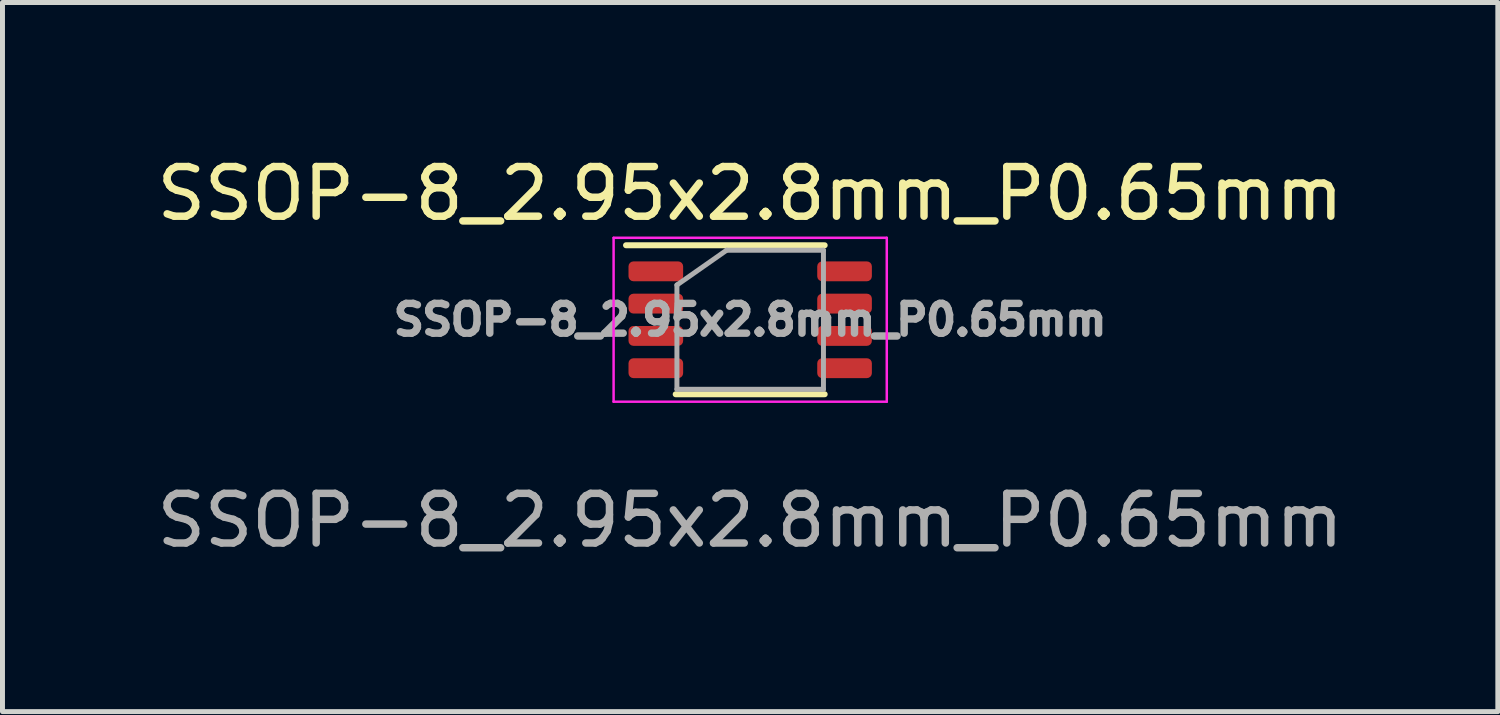
<source format=kicad_pcb>
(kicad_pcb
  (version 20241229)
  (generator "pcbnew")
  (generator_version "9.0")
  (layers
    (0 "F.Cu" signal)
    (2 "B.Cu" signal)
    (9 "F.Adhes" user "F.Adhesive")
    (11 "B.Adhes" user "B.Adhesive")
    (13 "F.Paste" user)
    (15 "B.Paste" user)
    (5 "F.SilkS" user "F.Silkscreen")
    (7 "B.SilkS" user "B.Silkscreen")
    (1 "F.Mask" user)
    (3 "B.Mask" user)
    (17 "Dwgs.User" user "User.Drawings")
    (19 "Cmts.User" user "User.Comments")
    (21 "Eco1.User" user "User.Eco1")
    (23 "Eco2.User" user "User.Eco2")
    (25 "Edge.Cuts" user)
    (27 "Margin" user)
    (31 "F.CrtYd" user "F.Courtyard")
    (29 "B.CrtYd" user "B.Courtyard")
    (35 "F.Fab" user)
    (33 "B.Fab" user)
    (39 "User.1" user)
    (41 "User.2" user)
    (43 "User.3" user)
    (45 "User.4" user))
  (footprint "SSOP-8_2.95x2.8mm_P0.65mm"
    (layer "F.Cu")
    (at 12.054 3.388)
    (property "Reference" "SSOP-8_2.95x2.8mm_P0.65mm" (at 0 -2.54 0) (unlocked yes) (layer "F.SilkS") (effects (font (size 1 1) (thickness 0.15))))
    (attr smd)
    (fp_line (start 1.5 -1.5) (end -2.5 -1.5) (stroke (width 0.12) (type solid)) (layer "F.SilkS"))
    (fp_line (start 1.5 1.5) (end -1.5 1.5) (stroke (width 0.12) (type solid)) (layer "F.SilkS"))
    (fp_line (start -2.75 -1.65) (end 2.75 -1.65) (stroke (width 0.05) (type solid)) (layer "F.CrtYd"))
    (fp_line (start -2.75 1.65) (end -2.75 -1.65) (stroke (width 0.05) (type solid)) (layer "F.CrtYd"))
    (fp_line (start 2.75 -1.65) (end 2.75 1.65) (stroke (width 0.05) (type solid)) (layer "F.CrtYd"))
    (fp_line (start 2.75 1.65) (end -2.75 1.65) (stroke (width 0.05) (type solid)) (layer "F.CrtYd"))
    (fp_line (start -1.475 1.4) (end -1.475 -0.7) (stroke (width 0.1) (type solid)) (layer "F.Fab"))
    (fp_line (start -0.475 -1.4) (end -1.475 -0.7) (stroke (width 0.1) (type solid)) (layer "F.Fab"))
    (fp_line (start -0.475 -1.4) (end 1.475 -1.4) (stroke (width 0.1) (type solid)) (layer "F.Fab"))
    (fp_line (start 1.475 -1.4) (end 1.475 1.4) (stroke (width 0.1) (type solid)) (layer "F.Fab"))
    (fp_line (start 1.475 1.4) (end -1.475 1.4) (stroke (width 0.1) (type solid)) (layer "F.Fab"))
    (fp_text user "${REFERENCE}" (at 0 0 0) (layer "F.Fab") (effects (font (size 0.6 0.6) (thickness 0.15))))
    (fp_text user "${REFERENCE}" (at 0 4.04 0) (unlocked yes) (layer "F.Fab") (effects (font (size 1 1) (thickness 0.15))))
    (pad "1" smd roundrect (at -1.9 -0.975 270) (size 0.4 1.1) (layers "F.Cu" "F.Mask" "F.Paste") (roundrect_rratio 0.25))
    (pad "2" smd roundrect (at -1.9 -0.325 270) (size 0.4 1.1) (layers "F.Cu" "F.Mask" "F.Paste") (roundrect_rratio 0.25))
    (pad "3" smd roundrect (at -1.9 0.325 270) (size 0.4 1.1) (layers "F.Cu" "F.Mask" "F.Paste") (roundrect_rratio 0.25))
    (pad "4" smd roundrect (at -1.9 0.975 270) (size 0.4 1.1) (layers "F.Cu" "F.Mask" "F.Paste") (roundrect_rratio 0.25))
    (pad "5" smd roundrect (at 1.9 0.975 270) (size 0.4 1.1) (layers "F.Cu" "F.Mask" "F.Paste") (roundrect_rratio 0.25))
    (pad "6" smd roundrect (at 1.9 0.325 270) (size 0.4 1.1) (layers "F.Cu" "F.Mask" "F.Paste") (roundrect_rratio 0.25))
    (pad "7" smd roundrect (at 1.9 -0.325 270) (size 0.4 1.1) (layers "F.Cu" "F.Mask" "F.Paste") (roundrect_rratio 0.25))
    (pad "8" smd roundrect (at 1.9 -0.975 270) (size 0.4 1.1) (layers "F.Cu" "F.Mask" "F.Paste") (roundrect_rratio 0.25)))
  (gr_rect
    (start -3 -3)
    (end 27.107 11.277)
    (stroke (width 0.1) (type default))
    (fill no)
    (layer "Edge.Cuts")))
</source>
